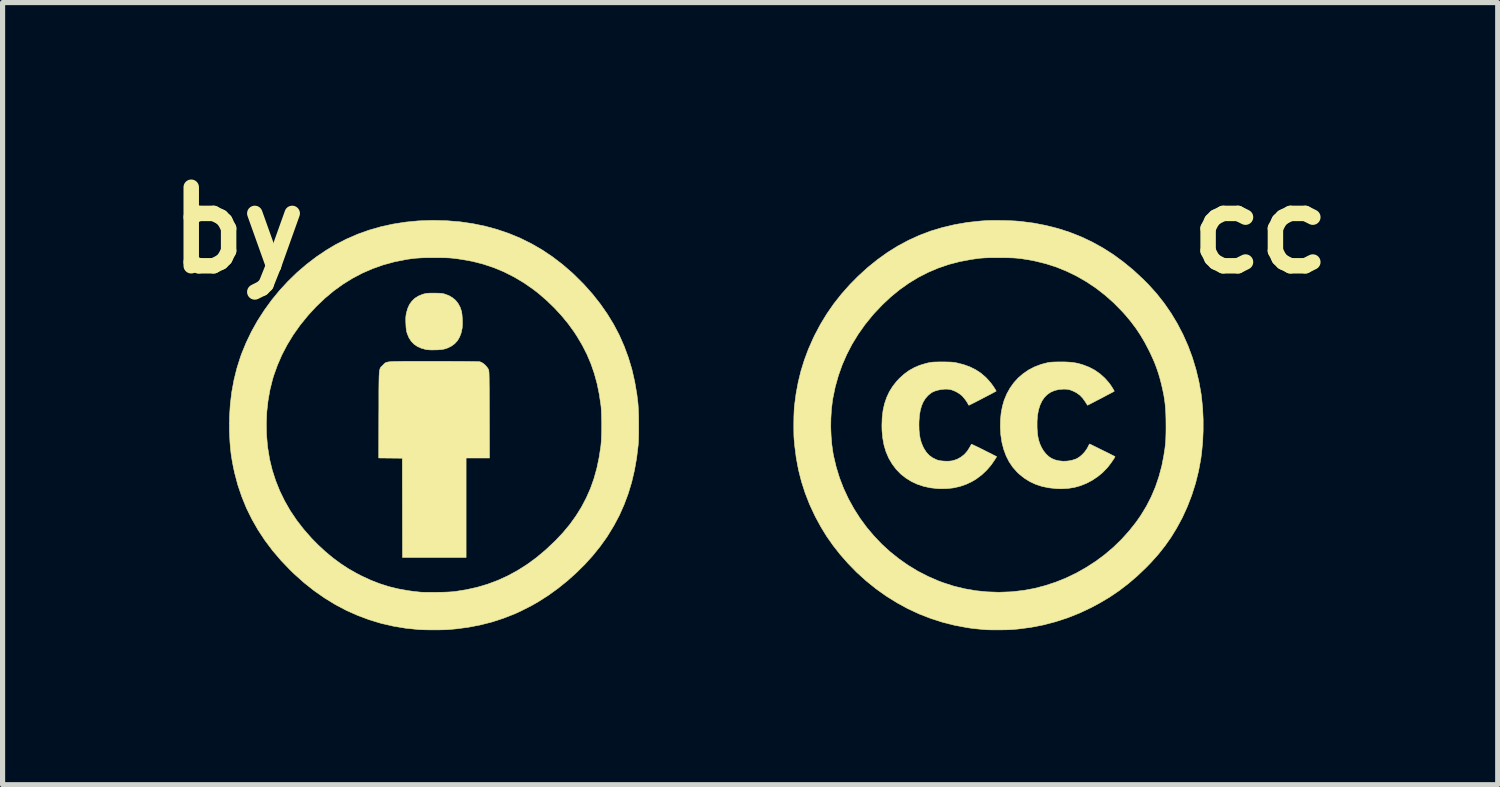
<source format=kicad_pcb>
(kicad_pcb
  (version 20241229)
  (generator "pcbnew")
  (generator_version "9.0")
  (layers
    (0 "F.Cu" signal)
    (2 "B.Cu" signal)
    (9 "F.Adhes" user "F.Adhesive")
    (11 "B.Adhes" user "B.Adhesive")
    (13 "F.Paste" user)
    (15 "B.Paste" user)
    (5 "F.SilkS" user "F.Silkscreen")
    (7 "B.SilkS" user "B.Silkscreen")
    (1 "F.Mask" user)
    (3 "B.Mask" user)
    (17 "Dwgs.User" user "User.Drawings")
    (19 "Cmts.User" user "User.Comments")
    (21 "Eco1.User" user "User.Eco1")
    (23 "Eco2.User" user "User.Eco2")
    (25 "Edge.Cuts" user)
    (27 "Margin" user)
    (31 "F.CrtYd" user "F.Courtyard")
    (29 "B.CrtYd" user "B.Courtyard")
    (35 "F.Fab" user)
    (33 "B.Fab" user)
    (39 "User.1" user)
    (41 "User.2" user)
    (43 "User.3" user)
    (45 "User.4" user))
  (footprint "by"
    (layer "F.Cu")
    (at 5.378 5.228)
    (property "Reference" "by" (at -3.81 -3.81 0) (layer "F.SilkS") (effects (font (size 1.524 1.524) (thickness 0.3))))
    (attr through_hole)
    (fp_poly (pts (xy 0.05 -2.589) (xy 0.092 -2.588) (xy 0.125 -2.586) (xy 0.152 -2.583) (xy 0.176 -2.578) (xy 0.197 -2.573) (xy 0.28 -2.543) (xy 0.352 -2.501) (xy 0.414 -2.449) (xy 0.464 -2.385) (xy 0.503 -2.312) (xy 0.528 -2.235) (xy 0.535 -2.195) (xy 0.54 -2.145) (xy 0.544 -2.088) (xy 0.546 -2.029) (xy 0.545 -1.973) (xy 0.542 -1.925) (xy 0.54 -1.907) (xy 0.52 -1.816) (xy 0.49 -1.736) (xy 0.449 -1.667) (xy 0.396 -1.609) (xy 0.332 -1.562) (xy 0.257 -1.525) (xy 0.195 -1.505) (xy 0.161 -1.498) (xy 0.116 -1.493) (xy 0.063 -1.489) (xy 0.007 -1.488) (xy -0.049 -1.487) (xy -0.101 -1.489) (xy -0.143 -1.493) (xy -0.164 -1.496) (xy -0.253 -1.521) (xy -0.329 -1.555) (xy -0.394 -1.6) (xy -0.448 -1.656) (xy -0.491 -1.722) (xy -0.524 -1.801) (xy -0.535 -1.837) (xy -0.543 -1.877) (xy -0.549 -1.932) (xy -0.552 -2.001) (xy -0.553 -2.009) (xy -0.554 -2.061) (xy -0.554 -2.101) (xy -0.552 -2.135) (xy -0.548 -2.167) (xy -0.542 -2.201) (xy -0.541 -2.206) (xy -0.516 -2.293) (xy -0.481 -2.37) (xy -0.434 -2.435) (xy -0.377 -2.49) (xy -0.308 -2.533) (xy -0.228 -2.566) (xy -0.204 -2.573) (xy -0.179 -2.579) (xy -0.155 -2.584) (xy -0.127 -2.587) (xy -0.093 -2.589) (xy -0.049 -2.59) (xy -0.004 -2.59) (xy 0.05 -2.589)) (stroke (width 0.01) (type solid)) (fill yes) (layer "F.SilkS"))
    (fp_poly (pts (xy -0.189 -1.266) (xy -0.055 -1.266) (xy -0.008 -1.266) (xy 0.145 -1.266) (xy 0.284 -1.266) (xy 0.409 -1.265) (xy 0.521 -1.265) (xy 0.617 -1.264) (xy 0.7 -1.263) (xy 0.767 -1.262) (xy 0.82 -1.261) (xy 0.857 -1.26) (xy 0.879 -1.259) (xy 0.885 -1.258) (xy 0.927 -1.24) (xy 0.97 -1.209) (xy 1.008 -1.171) (xy 1.04 -1.129) (xy 1.056 -1.096) (xy 1.057 -1.088) (xy 1.059 -1.077) (xy 1.06 -1.059) (xy 1.062 -1.035) (xy 1.063 -1.004) (xy 1.064 -0.965) (xy 1.065 -0.917) (xy 1.065 -0.859) (xy 1.066 -0.791) (xy 1.067 -0.712) (xy 1.067 -0.62) (xy 1.068 -0.515) (xy 1.068 -0.397) (xy 1.069 -0.264) (xy 1.069 -0.229) (xy 1.071 0.61) (xy 0.617 0.61) (xy 0.617 2.54) (xy -0.617 2.54) (xy -0.621 0.614) (xy -1.079 0.609) (xy -1.077 -0.229) (xy -1.076 -0.365) (xy -1.076 -0.487) (xy -1.076 -0.595) (xy -1.076 -0.69) (xy -1.075 -0.773) (xy -1.074 -0.845) (xy -1.073 -0.907) (xy -1.072 -0.959) (xy -1.07 -1.003) (xy -1.068 -1.04) (xy -1.065 -1.069) (xy -1.061 -1.094) (xy -1.056 -1.113) (xy -1.051 -1.129) (xy -1.045 -1.141) (xy -1.038 -1.152) (xy -1.03 -1.161) (xy -1.02 -1.17) (xy -1.01 -1.18) (xy -0.998 -1.192) (xy -0.997 -1.192) (xy -0.986 -1.204) (xy -0.977 -1.214) (xy -0.968 -1.222) (xy -0.959 -1.23) (xy -0.949 -1.237) (xy -0.937 -1.243) (xy -0.922 -1.248) (xy -0.903 -1.252) (xy -0.88 -1.256) (xy -0.85 -1.259) (xy -0.815 -1.261) (xy -0.772 -1.263) (xy -0.72 -1.264) (xy -0.66 -1.265) (xy -0.589 -1.266) (xy -0.508 -1.266) (xy -0.415 -1.266) (xy -0.309 -1.266) (xy -0.189 -1.266)) (stroke (width 0.01) (type solid)) (fill yes) (layer "F.SilkS"))
    (fp_poly (pts (xy 0.252 -3.994) (xy 0.505 -3.973) (xy 0.752 -3.937) (xy 0.992 -3.887) (xy 1.226 -3.823) (xy 1.454 -3.745) (xy 1.675 -3.653) (xy 1.89 -3.546) (xy 2.097 -3.426) (xy 2.298 -3.291) (xy 2.491 -3.143) (xy 2.678 -2.981) (xy 2.716 -2.945) (xy 2.898 -2.764) (xy 3.065 -2.577) (xy 3.217 -2.385) (xy 3.355 -2.188) (xy 3.479 -1.985) (xy 3.589 -1.776) (xy 3.684 -1.56) (xy 3.766 -1.338) (xy 3.835 -1.108) (xy 3.889 -0.871) (xy 3.931 -0.626) (xy 3.952 -0.451) (xy 3.956 -0.397) (xy 3.96 -0.331) (xy 3.963 -0.255) (xy 3.965 -0.172) (xy 3.966 -0.085) (xy 3.966 0.003) (xy 3.966 0.09) (xy 3.965 0.172) (xy 3.963 0.247) (xy 3.96 0.313) (xy 3.956 0.363) (xy 3.926 0.611) (xy 3.884 0.849) (xy 3.83 1.079) (xy 3.763 1.3) (xy 3.683 1.514) (xy 3.591 1.722) (xy 3.484 1.923) (xy 3.364 2.12) (xy 3.343 2.152) (xy 3.215 2.33) (xy 3.074 2.505) (xy 2.92 2.675) (xy 2.755 2.838) (xy 2.581 2.994) (xy 2.398 3.141) (xy 2.209 3.277) (xy 2.015 3.401) (xy 2.001 3.409) (xy 1.949 3.439) (xy 1.886 3.474) (xy 1.817 3.51) (xy 1.745 3.546) (xy 1.676 3.581) (xy 1.611 3.611) (xy 1.557 3.636) (xy 1.555 3.636) (xy 1.337 3.721) (xy 1.116 3.793) (xy 0.89 3.85) (xy 0.657 3.895) (xy 0.418 3.926) (xy 0.272 3.939) (xy 0.217 3.942) (xy 0.15 3.944) (xy 0.075 3.945) (xy -0.005 3.945) (xy -0.085 3.945) (xy -0.162 3.944) (xy -0.233 3.942) (xy -0.293 3.939) (xy -0.309 3.938) (xy -0.554 3.913) (xy -0.795 3.873) (xy -1.031 3.819) (xy -1.262 3.749) (xy -1.487 3.665) (xy -1.707 3.567) (xy -1.921 3.454) (xy -2.13 3.326) (xy -2.333 3.184) (xy -2.53 3.028) (xy -2.721 2.857) (xy -2.798 2.782) (xy -2.976 2.596) (xy -3.139 2.405) (xy -3.287 2.208) (xy -3.421 2.005) (xy -3.54 1.796) (xy -3.646 1.581) (xy -3.736 1.36) (xy -3.813 1.133) (xy -3.875 0.899) (xy -3.899 0.789) (xy -3.922 0.667) (xy -3.941 0.549) (xy -3.955 0.43) (xy -3.965 0.307) (xy -3.972 0.176) (xy -3.976 0.062) (xy -3.975 -0.064) (xy -3.26 -0.064) (xy -3.256 0.156) (xy -3.237 0.376) (xy -3.231 0.422) (xy -3.196 0.636) (xy -3.145 0.845) (xy -3.079 1.049) (xy -2.999 1.249) (xy -2.904 1.444) (xy -2.795 1.634) (xy -2.671 1.818) (xy -2.533 1.996) (xy -2.381 2.169) (xy -2.258 2.294) (xy -2.113 2.428) (xy -1.969 2.548) (xy -1.822 2.657) (xy -1.671 2.756) (xy -1.511 2.847) (xy -1.411 2.899) (xy -1.234 2.981) (xy -1.059 3.049) (xy -0.883 3.105) (xy -0.703 3.149) (xy -0.515 3.183) (xy -0.422 3.196) (xy -0.374 3.202) (xy -0.334 3.206) (xy -0.299 3.21) (xy -0.266 3.213) (xy -0.233 3.215) (xy -0.197 3.216) (xy -0.156 3.217) (xy -0.108 3.217) (xy -0.05 3.217) (xy 0.021 3.216) (xy 0.043 3.216) (xy 0.137 3.215) (xy 0.217 3.213) (xy 0.285 3.21) (xy 0.342 3.206) (xy 0.391 3.202) (xy 0.399 3.201) (xy 0.618 3.166) (xy 0.83 3.119) (xy 1.036 3.058) (xy 1.236 2.983) (xy 1.43 2.894) (xy 1.619 2.791) (xy 1.803 2.674) (xy 1.983 2.542) (xy 2.159 2.395) (xy 2.331 2.233) (xy 2.349 2.216) (xy 2.497 2.059) (xy 2.631 1.898) (xy 2.75 1.732) (xy 2.856 1.562) (xy 2.949 1.385) (xy 3.03 1.202) (xy 3.098 1.01) (xy 3.154 0.81) (xy 3.198 0.6) (xy 3.232 0.38) (xy 3.233 0.367) (xy 3.238 0.314) (xy 3.242 0.249) (xy 3.245 0.174) (xy 3.247 0.092) (xy 3.248 0.006) (xy 3.248 -0.081) (xy 3.246 -0.166) (xy 3.244 -0.246) (xy 3.241 -0.318) (xy 3.237 -0.38) (xy 3.233 -0.414) (xy 3.201 -0.629) (xy 3.159 -0.834) (xy 3.105 -1.03) (xy 3.04 -1.218) (xy 2.963 -1.4) (xy 2.873 -1.577) (xy 2.769 -1.752) (xy 2.711 -1.841) (xy 2.595 -2.001) (xy 2.465 -2.158) (xy 2.325 -2.309) (xy 2.176 -2.452) (xy 2.022 -2.585) (xy 1.919 -2.665) (xy 1.736 -2.792) (xy 1.547 -2.904) (xy 1.353 -3.002) (xy 1.154 -3.085) (xy 0.949 -3.153) (xy 0.738 -3.207) (xy 0.543 -3.242) (xy 0.478 -3.252) (xy 0.422 -3.26) (xy 0.371 -3.266) (xy 0.322 -3.271) (xy 0.273 -3.274) (xy 0.22 -3.276) (xy 0.161 -3.277) (xy 0.093 -3.278) (xy 0.012 -3.278) (xy 0 -3.278) (xy -0.092 -3.278) (xy -0.172 -3.277) (xy -0.242 -3.275) (xy -0.305 -3.271) (xy -0.365 -3.267) (xy -0.423 -3.26) (xy -0.484 -3.252) (xy -0.55 -3.242) (xy -0.567 -3.239) (xy -0.784 -3.195) (xy -0.994 -3.137) (xy -1.199 -3.064) (xy -1.397 -2.978) (xy -1.589 -2.877) (xy -1.774 -2.762) (xy -1.953 -2.633) (xy -2.124 -2.49) (xy -2.289 -2.333) (xy -2.447 -2.162) (xy -2.461 -2.145) (xy -2.608 -1.964) (xy -2.739 -1.778) (xy -2.856 -1.586) (xy -2.958 -1.391) (xy -3.045 -1.19) (xy -3.118 -0.986) (xy -3.139 -0.916) (xy -3.19 -0.711) (xy -3.227 -0.499) (xy -3.251 -0.283) (xy -3.26 -0.064) (xy -3.975 -0.064) (xy -3.974 -0.19) (xy -3.959 -0.435) (xy -3.93 -0.673) (xy -3.887 -0.906) (xy -3.83 -1.135) (xy -3.759 -1.359) (xy -3.74 -1.412) (xy -3.65 -1.631) (xy -3.547 -1.845) (xy -3.43 -2.054) (xy -3.299 -2.257) (xy -3.157 -2.453) (xy -3.003 -2.641) (xy -2.839 -2.819) (xy -2.665 -2.988) (xy -2.481 -3.146) (xy -2.289 -3.293) (xy -2.09 -3.427) (xy -1.919 -3.529) (xy -1.708 -3.637) (xy -1.491 -3.732) (xy -1.267 -3.812) (xy -1.037 -3.878) (xy -0.8 -3.93) (xy -0.557 -3.968) (xy -0.307 -3.992) (xy -0.052 -4.001) (xy -0.008 -4.001) (xy 0.252 -3.994)) (stroke (width 0.01) (type solid)) (fill yes) (layer "F.SilkS")))
  (footprint "cc"
    (layer "F.Cu")
    (at 16.33 5.228)
    (property "Reference" "cc" (at 5.08 -3.81 0) (layer "F.SilkS") (effects (font (size 1.524 1.524) (thickness 0.3))))
    (attr through_hole)
    (fp_poly (pts (xy -1.031 -1.254) (xy -0.981 -1.253) (xy -0.941 -1.252) (xy -0.908 -1.25) (xy -0.879 -1.247) (xy -0.851 -1.243) (xy -0.821 -1.238) (xy -0.813 -1.236) (xy -0.681 -1.203) (xy -0.559 -1.159) (xy -0.448 -1.104) (xy -0.346 -1.037) (xy -0.254 -0.958) (xy -0.238 -0.942) (xy -0.19 -0.89) (xy -0.142 -0.832) (xy -0.1 -0.774) (xy -0.071 -0.729) (xy -0.048 -0.688) (xy -0.112 -0.654) (xy -0.154 -0.631) (xy -0.203 -0.606) (xy -0.254 -0.579) (xy -0.308 -0.551) (xy -0.361 -0.523) (xy -0.412 -0.497) (xy -0.46 -0.472) (xy -0.502 -0.451) (xy -0.536 -0.434) (xy -0.562 -0.421) (xy -0.576 -0.415) (xy -0.578 -0.414) (xy -0.586 -0.421) (xy -0.59 -0.429) (xy -0.601 -0.453) (xy -0.62 -0.483) (xy -0.644 -0.518) (xy -0.671 -0.552) (xy -0.698 -0.584) (xy -0.718 -0.604) (xy -0.765 -0.64) (xy -0.821 -0.674) (xy -0.88 -0.701) (xy -0.936 -0.719) (xy -0.937 -0.719) (xy -0.991 -0.726) (xy -1.053 -0.726) (xy -1.118 -0.719) (xy -1.183 -0.706) (xy -1.242 -0.688) (xy -1.292 -0.665) (xy -1.305 -0.657) (xy -1.367 -0.608) (xy -1.419 -0.55) (xy -1.462 -0.483) (xy -1.496 -0.405) (xy -1.521 -0.316) (xy -1.538 -0.216) (xy -1.546 -0.102) (xy -1.547 -0.035) (xy -1.545 0.066) (xy -1.537 0.155) (xy -1.523 0.235) (xy -1.502 0.309) (xy -1.474 0.379) (xy -1.451 0.425) (xy -1.405 0.497) (xy -1.349 0.558) (xy -1.283 0.606) (xy -1.205 0.644) (xy -1.197 0.647) (xy -1.154 0.659) (xy -1.101 0.667) (xy -1.042 0.671) (xy -0.983 0.672) (xy -0.928 0.668) (xy -0.887 0.661) (xy -0.806 0.634) (xy -0.732 0.593) (xy -0.665 0.54) (xy -0.607 0.474) (xy -0.569 0.414) (xy -0.552 0.385) (xy -0.539 0.361) (xy -0.531 0.346) (xy -0.529 0.342) (xy -0.522 0.344) (xy -0.503 0.353) (xy -0.473 0.367) (xy -0.433 0.386) (xy -0.386 0.408) (xy -0.333 0.435) (xy -0.283 0.46) (xy -0.039 0.583) (xy -0.067 0.629) (xy -0.143 0.741) (xy -0.23 0.843) (xy -0.327 0.935) (xy -0.433 1.015) (xy -0.52 1.067) (xy -0.634 1.121) (xy -0.754 1.162) (xy -0.88 1.19) (xy -1.012 1.204) (xy -1.153 1.205) (xy -1.188 1.203) (xy -1.326 1.188) (xy -1.457 1.159) (xy -1.581 1.118) (xy -1.696 1.064) (xy -1.802 0.998) (xy -1.9 0.921) (xy -1.987 0.831) (xy -2.063 0.731) (xy -2.129 0.62) (xy -2.137 0.604) (xy -2.187 0.487) (xy -2.225 0.36) (xy -2.25 0.223) (xy -2.264 0.077) (xy -2.266 -0.023) (xy -2.261 -0.173) (xy -2.244 -0.313) (xy -2.215 -0.443) (xy -2.174 -0.564) (xy -2.121 -0.677) (xy -2.055 -0.783) (xy -1.977 -0.881) (xy -1.927 -0.934) (xy -1.836 -1.017) (xy -1.742 -1.086) (xy -1.641 -1.143) (xy -1.533 -1.189) (xy -1.414 -1.225) (xy -1.368 -1.236) (xy -1.34 -1.242) (xy -1.314 -1.246) (xy -1.287 -1.25) (xy -1.257 -1.252) (xy -1.221 -1.253) (xy -1.176 -1.254) (xy -1.118 -1.254) (xy -1.094 -1.254) (xy -1.031 -1.254)) (stroke (width 0.01) (type solid)) (fill yes) (layer "F.SilkS"))
    (fp_poly (pts (xy 1.29 -1.254) (xy 1.359 -1.251) (xy 1.421 -1.246) (xy 1.476 -1.238) (xy 1.53 -1.228) (xy 1.586 -1.213) (xy 1.636 -1.198) (xy 1.753 -1.153) (xy 1.864 -1.095) (xy 1.966 -1.023) (xy 2.059 -0.94) (xy 2.141 -0.847) (xy 2.167 -0.812) (xy 2.188 -0.78) (xy 2.208 -0.749) (xy 2.225 -0.721) (xy 2.237 -0.7) (xy 2.242 -0.687) (xy 2.242 -0.685) (xy 2.234 -0.68) (xy 2.214 -0.67) (xy 2.185 -0.654) (xy 2.147 -0.634) (xy 2.102 -0.611) (xy 2.054 -0.585) (xy 2.003 -0.558) (xy 1.951 -0.531) (xy 1.9 -0.505) (xy 1.853 -0.48) (xy 1.81 -0.458) (xy 1.774 -0.439) (xy 1.746 -0.425) (xy 1.73 -0.416) (xy 1.725 -0.414) (xy 1.72 -0.42) (xy 1.709 -0.437) (xy 1.693 -0.462) (xy 1.682 -0.48) (xy 1.632 -0.55) (xy 1.578 -0.607) (xy 1.517 -0.652) (xy 1.473 -0.676) (xy 1.424 -0.698) (xy 1.382 -0.713) (xy 1.343 -0.722) (xy 1.3 -0.726) (xy 1.261 -0.727) (xy 1.168 -0.72) (xy 1.085 -0.7) (xy 1.01 -0.668) (xy 0.944 -0.623) (xy 0.887 -0.566) (xy 0.84 -0.497) (xy 0.802 -0.416) (xy 0.773 -0.323) (xy 0.754 -0.218) (xy 0.745 -0.102) (xy 0.745 0.02) (xy 0.751 0.113) (xy 0.761 0.194) (xy 0.777 0.267) (xy 0.799 0.335) (xy 0.801 0.34) (xy 0.833 0.41) (xy 0.873 0.475) (xy 0.921 0.534) (xy 0.972 0.582) (xy 1.025 0.617) (xy 1.095 0.647) (xy 1.173 0.665) (xy 1.255 0.673) (xy 1.338 0.669) (xy 1.419 0.655) (xy 1.495 0.631) (xy 1.526 0.616) (xy 1.575 0.584) (xy 1.625 0.541) (xy 1.671 0.49) (xy 1.71 0.436) (xy 1.727 0.406) (xy 1.741 0.378) (xy 1.753 0.355) (xy 1.761 0.34) (xy 1.763 0.338) (xy 1.77 0.34) (xy 1.789 0.349) (xy 1.818 0.363) (xy 1.855 0.382) (xy 1.899 0.403) (xy 1.947 0.427) (xy 1.997 0.452) (xy 2.048 0.477) (xy 2.098 0.501) (xy 2.144 0.524) (xy 2.184 0.545) (xy 2.218 0.562) (xy 2.242 0.574) (xy 2.256 0.582) (xy 2.258 0.583) (xy 2.255 0.59) (xy 2.245 0.608) (xy 2.229 0.634) (xy 2.208 0.664) (xy 2.185 0.698) (xy 2.16 0.731) (xy 2.136 0.763) (xy 2.114 0.79) (xy 2.105 0.801) (xy 2.018 0.891) (xy 1.921 0.971) (xy 1.816 1.041) (xy 1.705 1.1) (xy 1.591 1.146) (xy 1.474 1.179) (xy 1.357 1.198) (xy 1.333 1.2) (xy 1.298 1.202) (xy 1.265 1.204) (xy 1.241 1.206) (xy 1.239 1.206) (xy 1.218 1.207) (xy 1.187 1.206) (xy 1.149 1.205) (xy 1.114 1.203) (xy 0.973 1.188) (xy 0.842 1.161) (xy 0.719 1.121) (xy 0.605 1.068) (xy 0.499 1.002) (xy 0.4 0.923) (xy 0.355 0.88) (xy 0.273 0.787) (xy 0.203 0.683) (xy 0.145 0.569) (xy 0.099 0.445) (xy 0.064 0.312) (xy 0.042 0.168) (xy 0.04 0.145) (xy 0.032 0.007) (xy 0.035 -0.13) (xy 0.048 -0.264) (xy 0.072 -0.391) (xy 0.106 -0.51) (xy 0.107 -0.512) (xy 0.158 -0.635) (xy 0.221 -0.748) (xy 0.296 -0.853) (xy 0.381 -0.946) (xy 0.478 -1.029) (xy 0.584 -1.101) (xy 0.699 -1.16) (xy 0.823 -1.207) (xy 0.95 -1.24) (xy 0.977 -1.245) (xy 1.006 -1.249) (xy 1.039 -1.251) (xy 1.08 -1.253) (xy 1.13 -1.254) (xy 1.193 -1.254) (xy 1.207 -1.254) (xy 1.29 -1.254)) (stroke (width 0.01) (type solid)) (fill yes) (layer "F.SilkS"))
    (fp_poly (pts (xy 0.053 -3.999) (xy 0.147 -3.997) (xy 0.238 -3.994) (xy 0.322 -3.99) (xy 0.396 -3.984) (xy 0.422 -3.982) (xy 0.671 -3.95) (xy 0.912 -3.904) (xy 1.147 -3.845) (xy 1.374 -3.772) (xy 1.595 -3.685) (xy 1.81 -3.584) (xy 2.018 -3.469) (xy 2.221 -3.34) (xy 2.418 -3.196) (xy 2.611 -3.038) (xy 2.798 -2.864) (xy 2.908 -2.754) (xy 3.065 -2.58) (xy 3.211 -2.395) (xy 3.345 -2.201) (xy 3.467 -1.998) (xy 3.577 -1.786) (xy 3.674 -1.568) (xy 3.758 -1.342) (xy 3.828 -1.111) (xy 3.885 -0.875) (xy 3.928 -0.634) (xy 3.938 -0.555) (xy 3.958 -0.352) (xy 3.968 -0.141) (xy 3.968 0.074) (xy 3.959 0.289) (xy 3.939 0.499) (xy 3.923 0.625) (xy 3.879 0.862) (xy 3.821 1.097) (xy 3.748 1.327) (xy 3.662 1.551) (xy 3.563 1.768) (xy 3.552 1.789) (xy 3.452 1.973) (xy 3.345 2.148) (xy 3.228 2.314) (xy 3.1 2.476) (xy 2.958 2.635) (xy 2.857 2.739) (xy 2.687 2.901) (xy 2.514 3.049) (xy 2.338 3.184) (xy 2.155 3.308) (xy 1.963 3.422) (xy 1.794 3.513) (xy 1.566 3.62) (xy 1.335 3.712) (xy 1.101 3.788) (xy 0.863 3.85) (xy 0.62 3.897) (xy 0.372 3.929) (xy 0.254 3.939) (xy 0.216 3.941) (xy 0.168 3.943) (xy 0.111 3.944) (xy 0.05 3.945) (xy -0.013 3.945) (xy -0.075 3.945) (xy -0.132 3.945) (xy -0.182 3.944) (xy -0.221 3.943) (xy -0.238 3.942) (xy -0.313 3.936) (xy -0.375 3.93) (xy -0.428 3.925) (xy -0.474 3.92) (xy -0.518 3.915) (xy -0.561 3.909) (xy -0.602 3.903) (xy -0.842 3.859) (xy -1.079 3.8) (xy -1.311 3.726) (xy -1.538 3.638) (xy -1.759 3.536) (xy -1.973 3.419) (xy -2.181 3.29) (xy -2.382 3.147) (xy -2.575 2.991) (xy -2.76 2.823) (xy -2.925 2.653) (xy -3.075 2.483) (xy -3.211 2.31) (xy -3.335 2.134) (xy -3.448 1.95) (xy -3.553 1.757) (xy -3.568 1.727) (xy -3.669 1.511) (xy -3.754 1.293) (xy -3.826 1.07) (xy -3.884 0.842) (xy -3.928 0.609) (xy -3.959 0.367) (xy -3.971 0.231) (xy -3.974 0.177) (xy -3.975 0.111) (xy -3.976 0.038) (xy -3.976 0.01) (xy -3.259 0.01) (xy -3.252 0.183) (xy -3.238 0.351) (xy -3.215 0.511) (xy -3.204 0.571) (xy -3.153 0.786) (xy -3.088 0.997) (xy -3.009 1.202) (xy -2.916 1.401) (xy -2.81 1.593) (xy -2.693 1.777) (xy -2.563 1.954) (xy -2.422 2.121) (xy -2.271 2.28) (xy -2.109 2.428) (xy -1.938 2.565) (xy -1.758 2.691) (xy -1.569 2.806) (xy -1.372 2.907) (xy -1.168 2.996) (xy -1.085 3.027) (xy -0.876 3.095) (xy -0.663 3.147) (xy -0.446 3.185) (xy -0.225 3.207) (xy -0.000083 3.215) (xy 0.227 3.207) (xy 0.27 3.204) (xy 0.484 3.179) (xy 0.697 3.14) (xy 0.907 3.085) (xy 1.113 3.017) (xy 1.315 2.935) (xy 1.512 2.84) (xy 1.702 2.732) (xy 1.886 2.613) (xy 2.062 2.482) (xy 2.229 2.34) (xy 2.386 2.187) (xy 2.533 2.024) (xy 2.669 1.852) (xy 2.757 1.726) (xy 2.865 1.549) (xy 2.96 1.364) (xy 3.042 1.171) (xy 3.11 0.97) (xy 3.166 0.763) (xy 3.204 0.567) (xy 3.215 0.495) (xy 3.225 0.432) (xy 3.232 0.374) (xy 3.238 0.318) (xy 3.242 0.262) (xy 3.244 0.202) (xy 3.246 0.135) (xy 3.247 0.058) (xy 3.247 -0.027) (xy 3.246 -0.147) (xy 3.243 -0.254) (xy 3.237 -0.352) (xy 3.229 -0.445) (xy 3.217 -0.534) (xy 3.202 -0.625) (xy 3.182 -0.719) (xy 3.159 -0.82) (xy 3.157 -0.828) (xy 3.128 -0.939) (xy 3.098 -1.04) (xy 3.065 -1.136) (xy 3.029 -1.232) (xy 2.986 -1.331) (xy 2.937 -1.436) (xy 2.915 -1.481) (xy 2.835 -1.634) (xy 2.751 -1.776) (xy 2.661 -1.911) (xy 2.563 -2.041) (xy 2.454 -2.171) (xy 2.393 -2.238) (xy 2.234 -2.4) (xy 2.066 -2.549) (xy 1.891 -2.685) (xy 1.708 -2.808) (xy 1.519 -2.917) (xy 1.324 -3.012) (xy 1.124 -3.094) (xy 0.918 -3.16) (xy 0.708 -3.212) (xy 0.59 -3.235) (xy 0.52 -3.246) (xy 0.458 -3.256) (xy 0.401 -3.263) (xy 0.345 -3.269) (xy 0.288 -3.273) (xy 0.227 -3.275) (xy 0.159 -3.277) (xy 0.08 -3.278) (xy 0.004 -3.278) (xy -0.08 -3.278) (xy -0.151 -3.278) (xy -0.212 -3.276) (xy -0.266 -3.274) (xy -0.315 -3.271) (xy -0.364 -3.267) (xy -0.414 -3.261) (xy -0.468 -3.253) (xy -0.53 -3.244) (xy -0.543 -3.242) (xy -0.76 -3.201) (xy -0.97 -3.146) (xy -1.174 -3.076) (xy -1.37 -2.993) (xy -1.561 -2.895) (xy -1.745 -2.783) (xy -1.923 -2.657) (xy -2.094 -2.517) (xy -2.259 -2.362) (xy -2.419 -2.193) (xy -2.452 -2.155) (xy -2.597 -1.976) (xy -2.728 -1.79) (xy -2.846 -1.597) (xy -2.949 -1.398) (xy -3.038 -1.194) (xy -3.112 -0.985) (xy -3.172 -0.771) (xy -3.217 -0.553) (xy -3.227 -0.492) (xy -3.246 -0.331) (xy -3.256 -0.162) (xy -3.259 0.01) (xy -3.976 0.01) (xy -3.976 -0.04) (xy -3.975 -0.12) (xy -3.974 -0.198) (xy -3.971 -0.271) (xy -3.968 -0.336) (xy -3.964 -0.39) (xy -3.963 -0.402) (xy -3.932 -0.637) (xy -3.89 -0.862) (xy -3.837 -1.079) (xy -3.771 -1.291) (xy -3.693 -1.501) (xy -3.601 -1.709) (xy -3.572 -1.77) (xy -3.46 -1.982) (xy -3.336 -2.186) (xy -3.201 -2.381) (xy -3.052 -2.57) (xy -2.89 -2.753) (xy -2.729 -2.916) (xy -2.544 -3.085) (xy -2.353 -3.239) (xy -2.158 -3.379) (xy -1.956 -3.505) (xy -1.748 -3.616) (xy -1.535 -3.713) (xy -1.314 -3.796) (xy -1.087 -3.864) (xy -0.853 -3.919) (xy -0.612 -3.961) (xy -0.362 -3.988) (xy -0.281 -3.994) (xy -0.212 -3.998) (xy -0.13 -4) (xy -0.041 -4) (xy 0.053 -3.999)) (stroke (width 0.01) (type solid)) (fill yes) (layer "F.SilkS")))
  (gr_rect
    (start -3 -3)
    (end 26.014 12.178)
    (stroke (width 0.1) (type default))
    (fill no)
    (layer "Edge.Cuts")))
</source>
